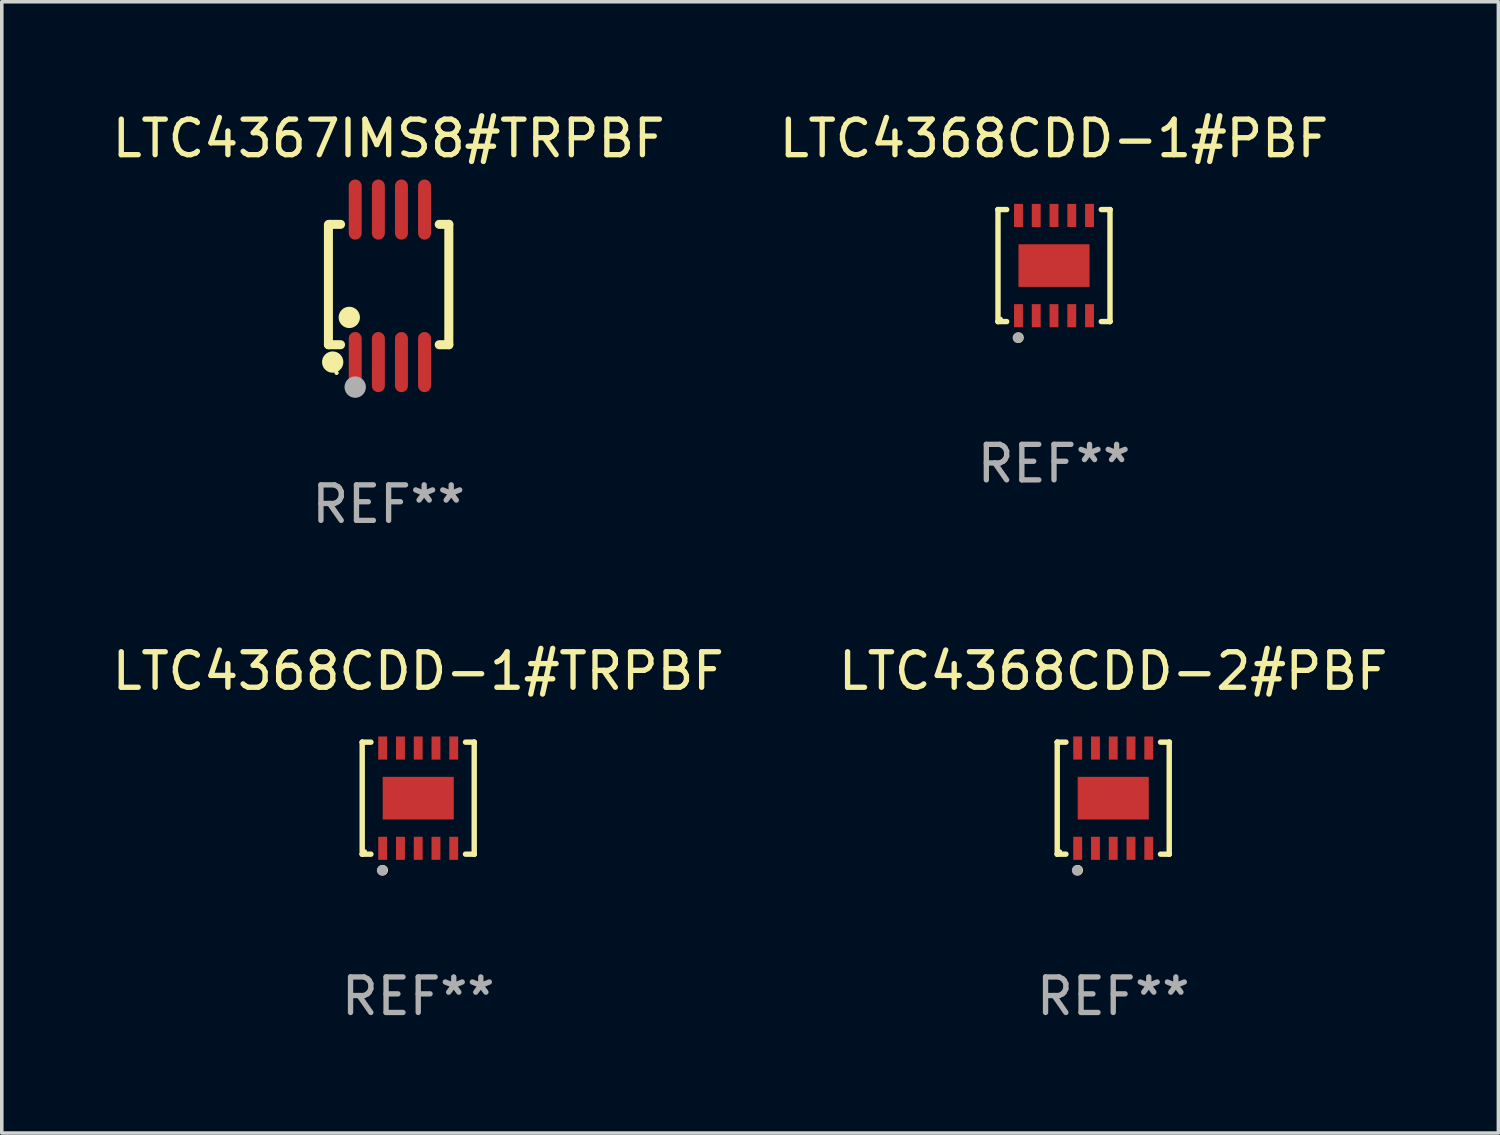
<source format=kicad_pcb>
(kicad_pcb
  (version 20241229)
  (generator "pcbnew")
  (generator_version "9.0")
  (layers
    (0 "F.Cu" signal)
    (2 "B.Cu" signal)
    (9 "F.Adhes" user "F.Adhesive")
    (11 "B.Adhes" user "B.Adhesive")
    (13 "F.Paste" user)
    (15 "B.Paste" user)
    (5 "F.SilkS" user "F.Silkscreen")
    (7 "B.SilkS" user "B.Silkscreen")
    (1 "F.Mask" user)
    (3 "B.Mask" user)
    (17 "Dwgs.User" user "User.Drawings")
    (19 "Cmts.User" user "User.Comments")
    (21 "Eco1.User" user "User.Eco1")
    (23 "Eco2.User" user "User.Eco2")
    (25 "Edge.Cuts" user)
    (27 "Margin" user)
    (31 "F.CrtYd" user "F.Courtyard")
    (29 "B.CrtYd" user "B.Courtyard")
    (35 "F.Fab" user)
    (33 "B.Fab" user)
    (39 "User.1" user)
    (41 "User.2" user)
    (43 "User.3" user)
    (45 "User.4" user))
  (footprint "LTC4368CDD-1#TRPBF"
    (layer "F.Cu")
    (at 8.72 19.413)
    (property "Reference" "LTC4368CDD-1#TRPBF" (at 0 -3.576 0) (layer "F.SilkS") (effects (font (size 1 1) (thickness 0.15))))
    (attr through_hole)
    (fp_line (start -1.576 -1.576) (end -1.576 -1.576) (stroke (width 0.152) (type solid)) (layer "F.SilkS"))
    (fp_line (start -1.576 -1.576) (end -1.331 -1.576) (stroke (width 0.152) (type solid)) (layer "F.SilkS"))
    (fp_line (start -1.576 1.576) (end -1.576 -1.576) (stroke (width 0.152) (type solid)) (layer "F.SilkS"))
    (fp_line (start -1.576 1.576) (end -1.576 1.576) (stroke (width 0.152) (type solid)) (layer "F.SilkS"))
    (fp_line (start -1.331 1.576) (end -1.576 1.576) (stroke (width 0.152) (type solid)) (layer "F.SilkS"))
    (fp_line (start 1.331 1.576) (end 1.576 1.576) (stroke (width 0.152) (type solid)) (layer "F.SilkS"))
    (fp_line (start 1.576 -1.576) (end 1.331 -1.576) (stroke (width 0.152) (type solid)) (layer "F.SilkS"))
    (fp_line (start 1.576 -1.576) (end 1.576 -1.576) (stroke (width 0.152) (type solid)) (layer "F.SilkS"))
    (fp_line (start 1.576 1.576) (end 1.576 -1.576) (stroke (width 0.152) (type solid)) (layer "F.SilkS"))
    (fp_line (start 1.576 1.576) (end 1.576 1.576) (stroke (width 0.152) (type solid)) (layer "F.SilkS"))
    (fp_circle (center -1.5 1.5) (end -1.47 1.5) (stroke (width 0.06) (type solid)) (fill no) (layer "F.SilkS"))
    (fp_circle (center -1 2.028) (end -0.925 2.028) (stroke (width 0.15) (type solid)) (fill no) (layer "F.SilkS"))
    (fp_circle (center -1.016 2.032) (end -0.941 2.032) (stroke (width 0.15) (type solid)) (fill no) (layer "F.Fab"))
    (fp_text user "REF**" (at 0 5.576 0) (layer "F.Fab") (effects (font (size 1 1) (thickness 0.15))))
    (pad "1" smd rect (at -1 1.411) (size 0.25 0.65) (layers "F.Cu" "F.Mask" "F.Paste"))
    (pad "2" smd rect (at -0.5 1.411) (size 0.25 0.65) (layers "F.Cu" "F.Mask" "F.Paste"))
    (pad "3" smd rect (at 0 1.411) (size 0.25 0.65) (layers "F.Cu" "F.Mask" "F.Paste"))
    (pad "4" smd rect (at 0.5 1.411) (size 0.25 0.65) (layers "F.Cu" "F.Mask" "F.Paste"))
    (pad "5" smd rect (at 1 1.411) (size 0.25 0.65) (layers "F.Cu" "F.Mask" "F.Paste"))
    (pad "6" smd rect (at 1 -1.411) (size 0.25 0.65) (layers "F.Cu" "F.Mask" "F.Paste"))
    (pad "7" smd rect (at 0.5 -1.411) (size 0.25 0.65) (layers "F.Cu" "F.Mask" "F.Paste"))
    (pad "8" smd rect (at 0 -1.411) (size 0.25 0.65) (layers "F.Cu" "F.Mask" "F.Paste"))
    (pad "9" smd rect (at -0.5 -1.411) (size 0.25 0.65) (layers "F.Cu" "F.Mask" "F.Paste"))
    (pad "10" smd rect (at -1 -1.411) (size 0.25 0.65) (layers "F.Cu" "F.Mask" "F.Paste"))
    (pad "11" smd rect (at 0 0) (size 2 1.2) (layers "F.Cu" "F.Mask" "F.Paste")))
  (footprint "LTC4368CDD-2#PBF"
    (layer "F.Cu")
    (at 28.28 19.413)
    (property "Reference" "LTC4368CDD-2#PBF" (at 0 -3.576 0) (layer "F.SilkS") (effects (font (size 1 1) (thickness 0.15))))
    (attr through_hole)
    (fp_line (start -1.576 -1.576) (end -1.576 -1.576) (stroke (width 0.152) (type solid)) (layer "F.SilkS"))
    (fp_line (start -1.576 -1.576) (end -1.331 -1.576) (stroke (width 0.152) (type solid)) (layer "F.SilkS"))
    (fp_line (start -1.576 1.576) (end -1.576 -1.576) (stroke (width 0.152) (type solid)) (layer "F.SilkS"))
    (fp_line (start -1.576 1.576) (end -1.576 1.576) (stroke (width 0.152) (type solid)) (layer "F.SilkS"))
    (fp_line (start -1.331 1.576) (end -1.576 1.576) (stroke (width 0.152) (type solid)) (layer "F.SilkS"))
    (fp_line (start 1.331 1.576) (end 1.576 1.576) (stroke (width 0.152) (type solid)) (layer "F.SilkS"))
    (fp_line (start 1.576 -1.576) (end 1.331 -1.576) (stroke (width 0.152) (type solid)) (layer "F.SilkS"))
    (fp_line (start 1.576 -1.576) (end 1.576 -1.576) (stroke (width 0.152) (type solid)) (layer "F.SilkS"))
    (fp_line (start 1.576 1.576) (end 1.576 -1.576) (stroke (width 0.152) (type solid)) (layer "F.SilkS"))
    (fp_line (start 1.576 1.576) (end 1.576 1.576) (stroke (width 0.152) (type solid)) (layer "F.SilkS"))
    (fp_circle (center -1.5 1.5) (end -1.47 1.5) (stroke (width 0.06) (type solid)) (fill no) (layer "F.SilkS"))
    (fp_circle (center -1 2.028) (end -0.925 2.028) (stroke (width 0.15) (type solid)) (fill no) (layer "F.SilkS"))
    (fp_circle (center -1.016 2.032) (end -0.941 2.032) (stroke (width 0.15) (type solid)) (fill no) (layer "F.Fab"))
    (fp_text user "REF**" (at 0 5.576 0) (layer "F.Fab") (effects (font (size 1 1) (thickness 0.15))))
    (pad "1" smd rect (at -1 1.411) (size 0.25 0.65) (layers "F.Cu" "F.Mask" "F.Paste"))
    (pad "2" smd rect (at -0.5 1.411) (size 0.25 0.65) (layers "F.Cu" "F.Mask" "F.Paste"))
    (pad "3" smd rect (at 0 1.411) (size 0.25 0.65) (layers "F.Cu" "F.Mask" "F.Paste"))
    (pad "4" smd rect (at 0.5 1.411) (size 0.25 0.65) (layers "F.Cu" "F.Mask" "F.Paste"))
    (pad "5" smd rect (at 1 1.411) (size 0.25 0.65) (layers "F.Cu" "F.Mask" "F.Paste"))
    (pad "6" smd rect (at 1 -1.411) (size 0.25 0.65) (layers "F.Cu" "F.Mask" "F.Paste"))
    (pad "7" smd rect (at 0.5 -1.411) (size 0.25 0.65) (layers "F.Cu" "F.Mask" "F.Paste"))
    (pad "8" smd rect (at 0 -1.411) (size 0.25 0.65) (layers "F.Cu" "F.Mask" "F.Paste"))
    (pad "9" smd rect (at -0.5 -1.411) (size 0.25 0.65) (layers "F.Cu" "F.Mask" "F.Paste"))
    (pad "10" smd rect (at -1 -1.411) (size 0.25 0.65) (layers "F.Cu" "F.Mask" "F.Paste"))
    (pad "11" smd rect (at 0 0) (size 2 1.2) (layers "F.Cu" "F.Mask" "F.Paste")))
  (footprint "LTC4367IMS8#TRPBF"
    (layer "F.Cu")
    (at 7.887 4.994)
    (property "Reference" "LTC4367IMS8#TRPBF" (at 0 -4.146 0) (layer "F.SilkS") (effects (font (size 1 1) (thickness 0.15))))
    (attr through_hole)
    (fp_line (start -1.694 -1.724) (end -1.694 1.652) (stroke (width 0.254) (type solid)) (layer "F.SilkS"))
    (fp_line (start -1.694 1.652) (end -1.688 1.658) (stroke (width 0.254) (type solid)) (layer "F.SilkS"))
    (fp_line (start -1.688 1.658) (end -1.353 1.658) (stroke (width 0.254) (type solid)) (layer "F.SilkS"))
    (fp_line (start -1.661 -1.73) (end -1.681 -1.71) (stroke (width 0.254) (type solid)) (layer "F.SilkS"))
    (fp_line (start -1.353 -1.73) (end -1.661 -1.73) (stroke (width 0.254) (type solid)) (layer "F.SilkS"))
    (fp_line (start 1.424 1.658) (end 1.694 1.658) (stroke (width 0.254) (type solid)) (layer "F.SilkS"))
    (fp_line (start 1.694 -1.73) (end 1.424 -1.73) (stroke (width 0.254) (type solid)) (layer "F.SilkS"))
    (fp_line (start 1.694 1.658) (end 1.694 -1.73) (stroke (width 0.254) (type solid)) (layer "F.SilkS"))
    (fp_circle (center -1.574 2.146) (end -1.424 2.146) (stroke (width 0.3) (type solid)) (fill no) (layer "F.SilkS"))
    (fp_circle (center -1.464 2.45) (end -1.434 2.45) (stroke (width 0.06) (type solid)) (fill no) (layer "F.SilkS"))
    (fp_circle (center -1.107 0.889) (end -0.957 0.889) (stroke (width 0.3) (type solid)) (fill no) (layer "F.SilkS"))
    (fp_circle (center -0.94 2.85) (end -0.789 2.85) (stroke (width 0.3) (type solid)) (fill no) (layer "F.Fab"))
    (fp_text user "REF**" (at 0 6.146 0) (layer "F.Fab") (effects (font (size 1 1) (thickness 0.15))))
    (pad "1" smd oval (at -0.94 2.146) (size 0.364 1.692) (layers "F.Cu" "F.Mask" "F.Paste"))
    (pad "2" smd oval (at -0.289 2.146) (size 0.364 1.692) (layers "F.Cu" "F.Mask" "F.Paste"))
    (pad "3" smd oval (at 0.361 2.146) (size 0.364 1.692) (layers "F.Cu" "F.Mask" "F.Paste"))
    (pad "4" smd oval (at 1.011 2.146) (size 0.364 1.692) (layers "F.Cu" "F.Mask" "F.Paste"))
    (pad "5" smd oval (at 1.011 -2.146) (size 0.364 1.692) (layers "F.Cu" "F.Mask" "F.Paste"))
    (pad "6" smd oval (at 0.361 -2.146) (size 0.364 1.692) (layers "F.Cu" "F.Mask" "F.Paste"))
    (pad "7" smd oval (at -0.289 -2.146) (size 0.364 1.692) (layers "F.Cu" "F.Mask" "F.Paste"))
    (pad "8" smd oval (at -0.94 -2.146) (size 0.364 1.692) (layers "F.Cu" "F.Mask" "F.Paste")))
  (footprint "LTC4368CDD-1#PBF"
    (layer "F.Cu")
    (at 26.613 4.424)
    (property "Reference" "LTC4368CDD-1#PBF" (at 0 -3.576 0) (layer "F.SilkS") (effects (font (size 1 1) (thickness 0.15))))
    (attr through_hole)
    (fp_line (start -1.576 -1.576) (end -1.576 -1.576) (stroke (width 0.152) (type solid)) (layer "F.SilkS"))
    (fp_line (start -1.576 -1.576) (end -1.331 -1.576) (stroke (width 0.152) (type solid)) (layer "F.SilkS"))
    (fp_line (start -1.576 1.576) (end -1.576 -1.576) (stroke (width 0.152) (type solid)) (layer "F.SilkS"))
    (fp_line (start -1.576 1.576) (end -1.576 1.576) (stroke (width 0.152) (type solid)) (layer "F.SilkS"))
    (fp_line (start -1.331 1.576) (end -1.576 1.576) (stroke (width 0.152) (type solid)) (layer "F.SilkS"))
    (fp_line (start 1.331 1.576) (end 1.576 1.576) (stroke (width 0.152) (type solid)) (layer "F.SilkS"))
    (fp_line (start 1.576 -1.576) (end 1.331 -1.576) (stroke (width 0.152) (type solid)) (layer "F.SilkS"))
    (fp_line (start 1.576 -1.576) (end 1.576 -1.576) (stroke (width 0.152) (type solid)) (layer "F.SilkS"))
    (fp_line (start 1.576 1.576) (end 1.576 -1.576) (stroke (width 0.152) (type solid)) (layer "F.SilkS"))
    (fp_line (start 1.576 1.576) (end 1.576 1.576) (stroke (width 0.152) (type solid)) (layer "F.SilkS"))
    (fp_circle (center -1.5 1.5) (end -1.47 1.5) (stroke (width 0.06) (type solid)) (fill no) (layer "F.SilkS"))
    (fp_circle (center -1 2.028) (end -0.925 2.028) (stroke (width 0.15) (type solid)) (fill no) (layer "F.SilkS"))
    (fp_circle (center -1.016 2.032) (end -0.941 2.032) (stroke (width 0.15) (type solid)) (fill no) (layer "F.Fab"))
    (fp_text user "REF**" (at 0 5.576 0) (layer "F.Fab") (effects (font (size 1 1) (thickness 0.15))))
    (pad "1" smd rect (at -1 1.411) (size 0.25 0.65) (layers "F.Cu" "F.Mask" "F.Paste"))
    (pad "2" smd rect (at -0.5 1.411) (size 0.25 0.65) (layers "F.Cu" "F.Mask" "F.Paste"))
    (pad "3" smd rect (at 0 1.411) (size 0.25 0.65) (layers "F.Cu" "F.Mask" "F.Paste"))
    (pad "4" smd rect (at 0.5 1.411) (size 0.25 0.65) (layers "F.Cu" "F.Mask" "F.Paste"))
    (pad "5" smd rect (at 1 1.411) (size 0.25 0.65) (layers "F.Cu" "F.Mask" "F.Paste"))
    (pad "6" smd rect (at 1 -1.411) (size 0.25 0.65) (layers "F.Cu" "F.Mask" "F.Paste"))
    (pad "7" smd rect (at 0.5 -1.411) (size 0.25 0.65) (layers "F.Cu" "F.Mask" "F.Paste"))
    (pad "8" smd rect (at 0 -1.411) (size 0.25 0.65) (layers "F.Cu" "F.Mask" "F.Paste"))
    (pad "9" smd rect (at -0.5 -1.411) (size 0.25 0.65) (layers "F.Cu" "F.Mask" "F.Paste"))
    (pad "10" smd rect (at -1 -1.411) (size 0.25 0.65) (layers "F.Cu" "F.Mask" "F.Paste"))
    (pad "11" smd rect (at 0 0) (size 2 1.2) (layers "F.Cu" "F.Mask" "F.Paste")))
  (gr_rect
    (start -3 -3)
    (end 39.119 28.837)
    (stroke (width 0.1) (type default))
    (fill no)
    (layer "Edge.Cuts")))
</source>
